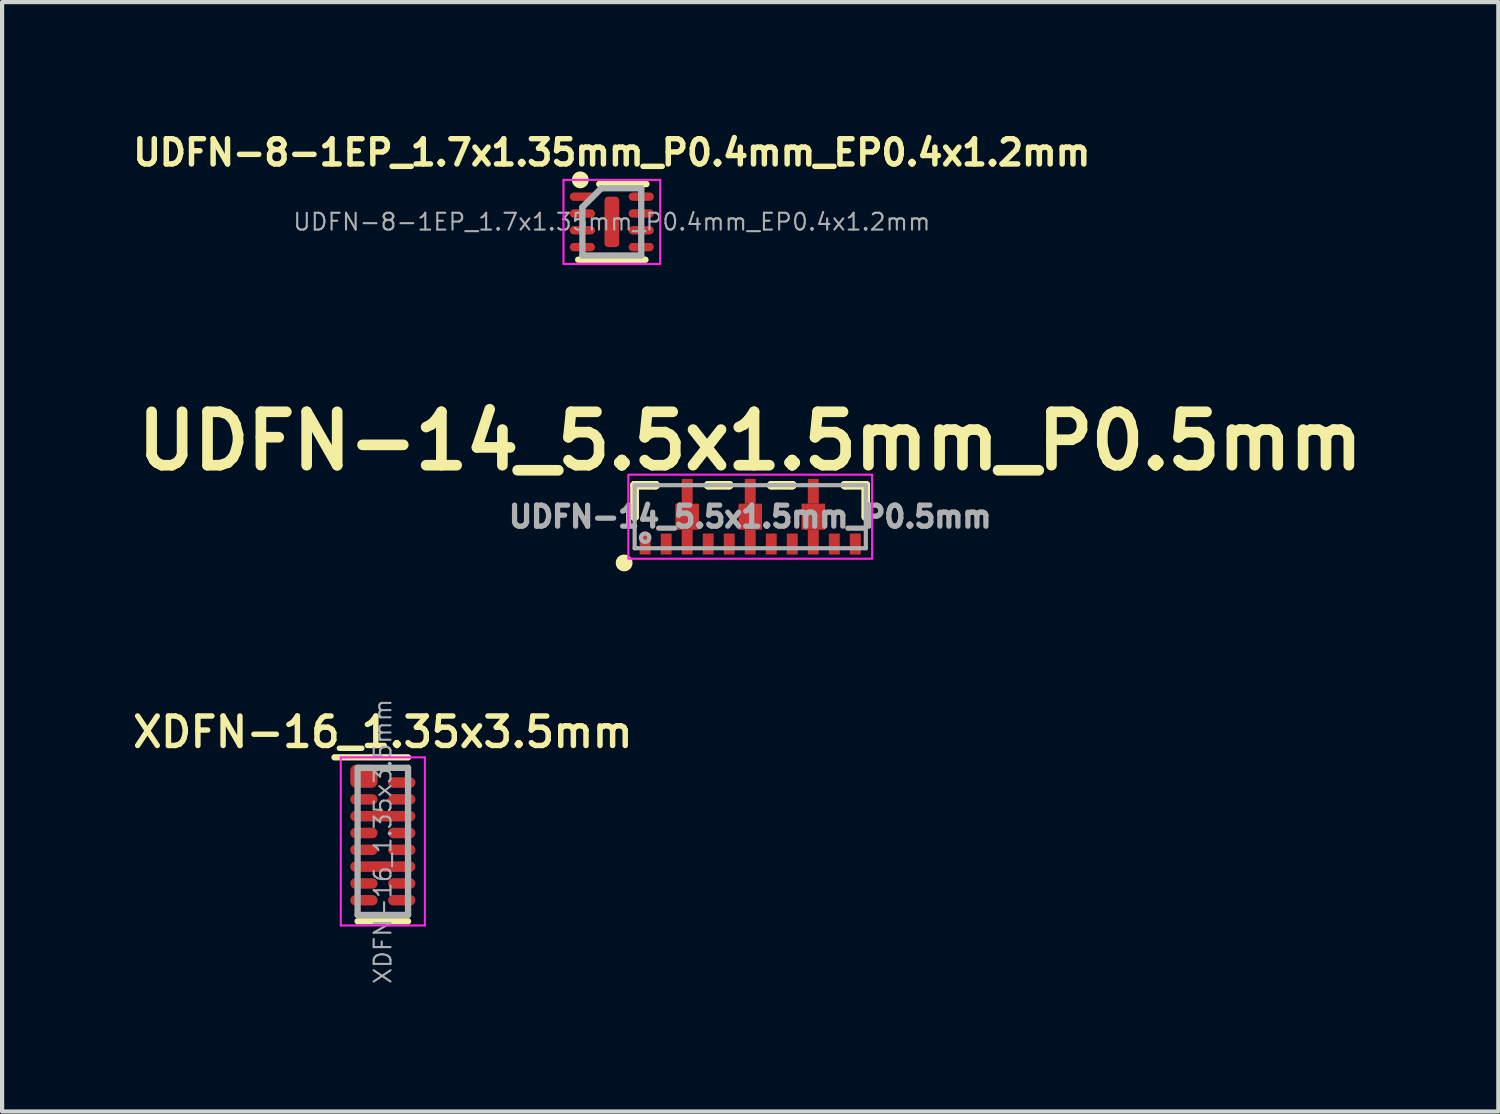
<source format=kicad_pcb>
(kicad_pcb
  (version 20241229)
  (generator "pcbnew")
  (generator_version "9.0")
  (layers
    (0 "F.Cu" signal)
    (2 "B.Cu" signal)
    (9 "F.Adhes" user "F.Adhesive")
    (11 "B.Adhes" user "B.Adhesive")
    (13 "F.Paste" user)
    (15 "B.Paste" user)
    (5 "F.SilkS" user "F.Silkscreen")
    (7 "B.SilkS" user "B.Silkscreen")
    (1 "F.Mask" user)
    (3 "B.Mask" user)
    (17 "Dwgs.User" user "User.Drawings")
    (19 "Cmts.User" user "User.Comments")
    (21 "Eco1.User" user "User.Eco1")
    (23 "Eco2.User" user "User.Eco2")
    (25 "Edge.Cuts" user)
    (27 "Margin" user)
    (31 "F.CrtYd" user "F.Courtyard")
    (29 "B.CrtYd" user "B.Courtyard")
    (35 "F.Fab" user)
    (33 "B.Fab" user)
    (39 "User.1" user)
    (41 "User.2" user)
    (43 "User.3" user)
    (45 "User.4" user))
  (footprint "UDFN-8-1EP_1.7x1.35mm_P0.4mm_EP0.4x1.2mm"
    (layer "F.Cu")
    (at 11.506 2.229)
    (property "Reference" "UDFN-8-1EP_1.7x1.35mm_P0.4mm_EP0.4x1.2mm" (at 0 -1.65 0) (layer "F.SilkS") (effects (font (size 0.6 0.6) (thickness 0.13))))
    (property "Value" "${VALUE}" (at 0 1.35 0) (layer "F.Fab") (hide yes) (effects (font (size 0.4 0.4) (thickness 0.05))))
    (attr smd)
    (fp_line (start -0.8 0.9) (end 0.8 0.9) (stroke (width 0.15) (type solid)) (layer "F.SilkS"))
    (fp_line (start -0.3 -0.9) (end 0.825 -0.9) (stroke (width 0.15) (type solid)) (layer "F.SilkS"))
    (fp_circle (center -0.75 -1) (end -0.65 -1) (stroke (width 0.2) (type solid)) (fill no) (layer "F.SilkS"))
    (fp_line (start -1.15 -1) (end -1.15 1) (stroke (width 0.05) (type solid)) (layer "F.CrtYd"))
    (fp_line (start -1.15 -1) (end 1.15 -1) (stroke (width 0.05) (type solid)) (layer "F.CrtYd"))
    (fp_line (start -1.15 1) (end 1.15 1) (stroke (width 0.05) (type solid)) (layer "F.CrtYd"))
    (fp_line (start 1.15 -1) (end 1.15 1) (stroke (width 0.05) (type solid)) (layer "F.CrtYd"))
    (fp_line (start -0.7 -0.35) (end -0.25 -0.8) (stroke (width 0.15) (type solid)) (layer "F.Fab"))
    (fp_line (start -0.7 0.8) (end -0.7 -0.35) (stroke (width 0.15) (type solid)) (layer "F.Fab"))
    (fp_line (start -0.25 -0.8) (end 0.7 -0.8) (stroke (width 0.15) (type solid)) (layer "F.Fab"))
    (fp_line (start 0.7 -0.8) (end 0.7 0.8) (stroke (width 0.15) (type solid)) (layer "F.Fab"))
    (fp_line (start 0.7 0.8) (end -0.7 0.8) (stroke (width 0.15) (type solid)) (layer "F.Fab"))
    (fp_text user "${REFERENCE}" (at 0 0 0) (layer "F.Fab") (effects (font (size 0.4 0.4) (thickness 0.05))))
    (pad "1" smd oval (at -0.7 -0.6) (size 0.6 0.2) (layers "F.Cu" "F.Mask" "F.Paste"))
    (pad "2" smd oval (at -0.7 -0.2) (size 0.6 0.2) (layers "F.Cu" "F.Mask" "F.Paste"))
    (pad "3" smd oval (at -0.7 0.2) (size 0.6 0.2) (layers "F.Cu" "F.Mask" "F.Paste"))
    (pad "4" smd oval (at -0.7 0.6) (size 0.6 0.2) (layers "F.Cu" "F.Mask" "F.Paste"))
    (pad "5" smd oval (at 0.7 0.6) (size 0.6 0.2) (layers "F.Cu" "F.Mask" "F.Paste"))
    (pad "6" smd oval (at 0.7 0.2) (size 0.6 0.2) (layers "F.Cu" "F.Mask" "F.Paste"))
    (pad "7" smd oval (at 0.7 -0.2) (size 0.6 0.2) (layers "F.Cu" "F.Mask" "F.Paste"))
    (pad "8" smd oval (at 0.7 -0.6) (size 0.6 0.2) (layers "F.Cu" "F.Mask" "F.Paste"))
    (pad "9" smd roundrect (at 0 0) (size 0.35 1.2) (layers "F.Cu" "F.Mask" "F.Paste") (roundrect_rratio 0.25)))
  (footprint "XDFN-16_1.35x3.5mm"
    (layer "F.Cu")
    (at 6.058 16.968)
    (property "Reference" "XDFN-16_1.35x3.5mm" (at 0 -2.6 0) (layer "F.SilkS") (effects (font (size 0.7 0.7) (thickness 0.13))))
    (attr smd)
    (fp_line (start -1.15 -2) (end 0.6 -2) (stroke (width 0.15) (type solid)) (layer "F.SilkS"))
    (fp_line (start -0.6 1.9) (end 0.6 1.9) (stroke (width 0.15) (type solid)) (layer "F.SilkS"))
    (fp_line (start -1 -2) (end -1 2) (stroke (width 0.05) (type solid)) (layer "F.CrtYd"))
    (fp_line (start -1 -2) (end 1 -2) (stroke (width 0.05) (type solid)) (layer "F.CrtYd"))
    (fp_line (start -1 2) (end 1 2) (stroke (width 0.05) (type solid)) (layer "F.CrtYd"))
    (fp_line (start 1 -2) (end 1 2) (stroke (width 0.05) (type solid)) (layer "F.CrtYd"))
    (fp_line (start -0.6 -1.75) (end 0.6 -1.75) (stroke (width 0.15) (type solid)) (layer "F.Fab"))
    (fp_line (start -0.6 1.75) (end -0.6 -1.75) (stroke (width 0.15) (type solid)) (layer "F.Fab"))
    (fp_line (start 0.6 -1.75) (end 0.6 1.75) (stroke (width 0.15) (type solid)) (layer "F.Fab"))
    (fp_line (start 0.6 1.75) (end -0.6 1.75) (stroke (width 0.15) (type solid)) (layer "F.Fab"))
    (fp_text user "${REFERENCE}" (at 0 0 90) (layer "F.Fab") (effects (font (size 0.4 0.4) (thickness 0.05))))
    (pad "1" smd roundrect (at -0.45 -1.55) (size 0.65 0.55) (layers "F.Cu" "F.Mask" "F.Paste") (roundrect_rratio 0.25))
    (pad "2" smd oval (at -0.45 -1) (size 0.65 0.25) (layers "F.Cu" "F.Mask" "F.Paste"))
    (pad "3" smd oval (at 0 -0.6) (size 1.55 0.25) (layers "F.Cu" "F.Mask" "F.Paste"))
    (pad "4" smd oval (at -0.45 -0.2) (size 0.65 0.25) (layers "F.Cu" "F.Mask" "F.Paste"))
    (pad "5" smd oval (at -0.45 0.2) (size 0.65 0.25) (layers "F.Cu" "F.Mask" "F.Paste"))
    (pad "6" smd oval (at 0 0.6) (size 1.55 0.25) (layers "F.Cu" "F.Mask" "F.Paste"))
    (pad "7" smd oval (at -0.45 1) (size 0.65 0.25) (layers "F.Cu" "F.Mask" "F.Paste"))
    (pad "8" smd oval (at -0.45 1.4) (size 0.65 0.25) (layers "F.Cu" "F.Mask" "F.Paste"))
    (pad "9" smd oval (at 0.45 1.4) (size 0.65 0.25) (layers "F.Cu" "F.Mask" "F.Paste"))
    (pad "10" smd oval (at 0.45 1) (size 0.65 0.25) (layers "F.Cu" "F.Mask" "F.Paste"))
    (pad "12" smd oval (at 0.45 0.2) (size 0.65 0.25) (layers "F.Cu" "F.Mask" "F.Paste"))
    (pad "13" smd oval (at 0.45 -0.2) (size 0.65 0.25) (layers "F.Cu" "F.Mask" "F.Paste"))
    (pad "15" smd oval (at 0.45 -1) (size 0.65 0.25) (layers "F.Cu" "F.Mask" "F.Paste"))
    (pad "16" smd oval (at 0.45 -1.4) (size 0.65 0.25) (layers "F.Cu" "F.Mask" "F.Paste")))
  (footprint "UDFN-14_5.5x1.5mm_P0.5mm"
    (layer "F.Cu")
    (at 14.799 9.243)
    (property "Reference" "UDFN-14_5.5x1.5mm_P0.5mm" (at 0 -1.8 0) (layer "F.SilkS") (effects (font (size 1.27 1.27) (thickness 0.254))))
    (attr smd)
    (fp_line (start -2.75 -0.75) (end -2.75 -0.75) (stroke (width 0.2) (type solid)) (layer "F.SilkS"))
    (fp_line (start -2.75 -0.75) (end -2.75 -0.75) (stroke (width 0.2) (type solid)) (layer "F.SilkS"))
    (fp_line (start -2.75 -0.75) (end -2.75 0) (stroke (width 0.2) (type solid)) (layer "F.SilkS"))
    (fp_line (start -2.75 -0.75) (end -2.25 -0.75) (stroke (width 0.2) (type solid)) (layer "F.SilkS"))
    (fp_line (start -2.75 0) (end -2.75 -0.75) (stroke (width 0.2) (type solid)) (layer "F.SilkS"))
    (fp_line (start -2.75 0) (end -2.75 0) (stroke (width 0.2) (type solid)) (layer "F.SilkS"))
    (fp_line (start -2.25 -0.75) (end -2.75 -0.75) (stroke (width 0.2) (type solid)) (layer "F.SilkS"))
    (fp_line (start -2.25 -0.75) (end -2.25 -0.75) (stroke (width 0.2) (type solid)) (layer "F.SilkS"))
    (fp_line (start -1 -0.75) (end -1 -0.75) (stroke (width 0.2) (type solid)) (layer "F.SilkS"))
    (fp_line (start -1 -0.75) (end -0.5 -0.75) (stroke (width 0.2) (type solid)) (layer "F.SilkS"))
    (fp_line (start -0.5 -0.75) (end -1 -0.75) (stroke (width 0.2) (type solid)) (layer "F.SilkS"))
    (fp_line (start -0.5 -0.75) (end -0.5 -0.75) (stroke (width 0.2) (type solid)) (layer "F.SilkS"))
    (fp_line (start 0.5 -0.75) (end 0.5 -0.75) (stroke (width 0.2) (type solid)) (layer "F.SilkS"))
    (fp_line (start 0.5 -0.75) (end 1 -0.75) (stroke (width 0.2) (type solid)) (layer "F.SilkS"))
    (fp_line (start 1 -0.75) (end 0.5 -0.75) (stroke (width 0.2) (type solid)) (layer "F.SilkS"))
    (fp_line (start 1 -0.75) (end 1 -0.75) (stroke (width 0.2) (type solid)) (layer "F.SilkS"))
    (fp_line (start 2.25 -0.75) (end 2.25 -0.75) (stroke (width 0.2) (type solid)) (layer "F.SilkS"))
    (fp_line (start 2.25 -0.75) (end 2.75 -0.75) (stroke (width 0.2) (type solid)) (layer "F.SilkS"))
    (fp_line (start 2.75 -0.75) (end 2.25 -0.75) (stroke (width 0.2) (type solid)) (layer "F.SilkS"))
    (fp_line (start 2.75 -0.75) (end 2.75 -0.75) (stroke (width 0.2) (type solid)) (layer "F.SilkS"))
    (fp_line (start 2.75 -0.75) (end 2.75 -0.75) (stroke (width 0.2) (type solid)) (layer "F.SilkS"))
    (fp_line (start 2.75 -0.75) (end 2.75 0) (stroke (width 0.2) (type solid)) (layer "F.SilkS"))
    (fp_line (start 2.75 0) (end 2.75 -0.75) (stroke (width 0.2) (type solid)) (layer "F.SilkS"))
    (fp_line (start 2.75 0) (end 2.75 0) (stroke (width 0.2) (type solid)) (layer "F.SilkS"))
    (fp_circle (center -3 1.1) (end -2.9 1.1) (stroke (width 0.2) (type solid)) (fill yes) (layer "F.SilkS"))
    (fp_rect (start -2.9 -1) (end 2.9 1) (stroke (width 0.05) (type default)) (fill no) (layer "F.CrtYd"))
    (fp_line (start -2.75 -0.75) (end -2.75 0.75) (stroke (width 0.1) (type solid)) (layer "F.Fab"))
    (fp_line (start -2.75 0.75) (end 2.75 0.75) (stroke (width 0.1) (type solid)) (layer "F.Fab"))
    (fp_line (start 2.75 -0.75) (end -2.75 -0.75) (stroke (width 0.1) (type solid)) (layer "F.Fab"))
    (fp_line (start 2.75 0.75) (end 2.75 -0.75) (stroke (width 0.1) (type solid)) (layer "F.Fab"))
    (fp_circle (center -2.5 0.5) (end -2.4 0.5) (stroke (width 0.1) (type solid)) (fill no) (layer "F.Fab"))
    (fp_text user "${REFERENCE}" (at 0 0 0) (layer "F.Fab") (effects (font (size 0.5 0.5) (thickness 0.125) (bold yes))))
    (pad "1" smd rect (at -2.5 0.65) (size 0.26 0.5) (layers "F.Cu" "F.Mask" "F.Paste"))
    (pad "2" smd rect (at -2 0.65) (size 0.26 0.5) (layers "F.Cu" "F.Mask" "F.Paste"))
    (pad "3" smd rect (at -1.5 0.605) (size 0.26 0.59) (layers "F.Cu" "F.Mask" "F.Paste"))
    (pad "4" smd rect (at -1 0.65) (size 0.26 0.5) (layers "F.Cu" "F.Mask" "F.Paste"))
    (pad "5" smd rect (at -0.5 0.65) (size 0.26 0.5) (layers "F.Cu" "F.Mask" "F.Paste"))
    (pad "6" smd rect (at 0 0.605) (size 0.26 0.59) (layers "F.Cu" "F.Mask" "F.Paste"))
    (pad "7" smd rect (at 0.5 0.65) (size 0.26 0.5) (layers "F.Cu" "F.Mask" "F.Paste"))
    (pad "8" smd rect (at 1 0.65) (size 0.26 0.5) (layers "F.Cu" "F.Mask" "F.Paste"))
    (pad "9" smd rect (at 1.5 0.605) (size 0.26 0.59) (layers "F.Cu" "F.Mask" "F.Paste"))
    (pad "10" smd rect (at 2 0.65) (size 0.26 0.5) (layers "F.Cu" "F.Mask" "F.Paste"))
    (pad "11" smd rect (at 2.5 0.65) (size 0.26 0.5) (layers "F.Cu" "F.Mask" "F.Paste"))
    (pad "12" smd rect (at 1.5 -0.605) (size 0.26 0.59) (layers "F.Cu" "F.Mask" "F.Paste"))
    (pad "13" smd rect (at 0 -0.605) (size 0.26 0.59) (layers "F.Cu" "F.Mask" "F.Paste"))
    (pad "14" smd rect (at -1.5 -0.605) (size 0.26 0.59) (layers "F.Cu" "F.Mask" "F.Paste"))
    (pad "15" smd rect (at -1.5 0) (size 0.56 0.62) (layers "F.Cu" "F.Mask" "F.Paste"))
    (pad "16" smd rect (at 0 0) (size 0.56 0.62) (layers "F.Cu" "F.Mask" "F.Paste"))
    (pad "17" smd rect (at 1.5 0) (size 0.56 0.62) (layers "F.Cu" "F.Mask" "F.Paste")))
  (gr_rect
    (start -3 -3)
    (end 32.597 23.394)
    (stroke (width 0.1) (type default))
    (fill no)
    (layer "Edge.Cuts")))
</source>
